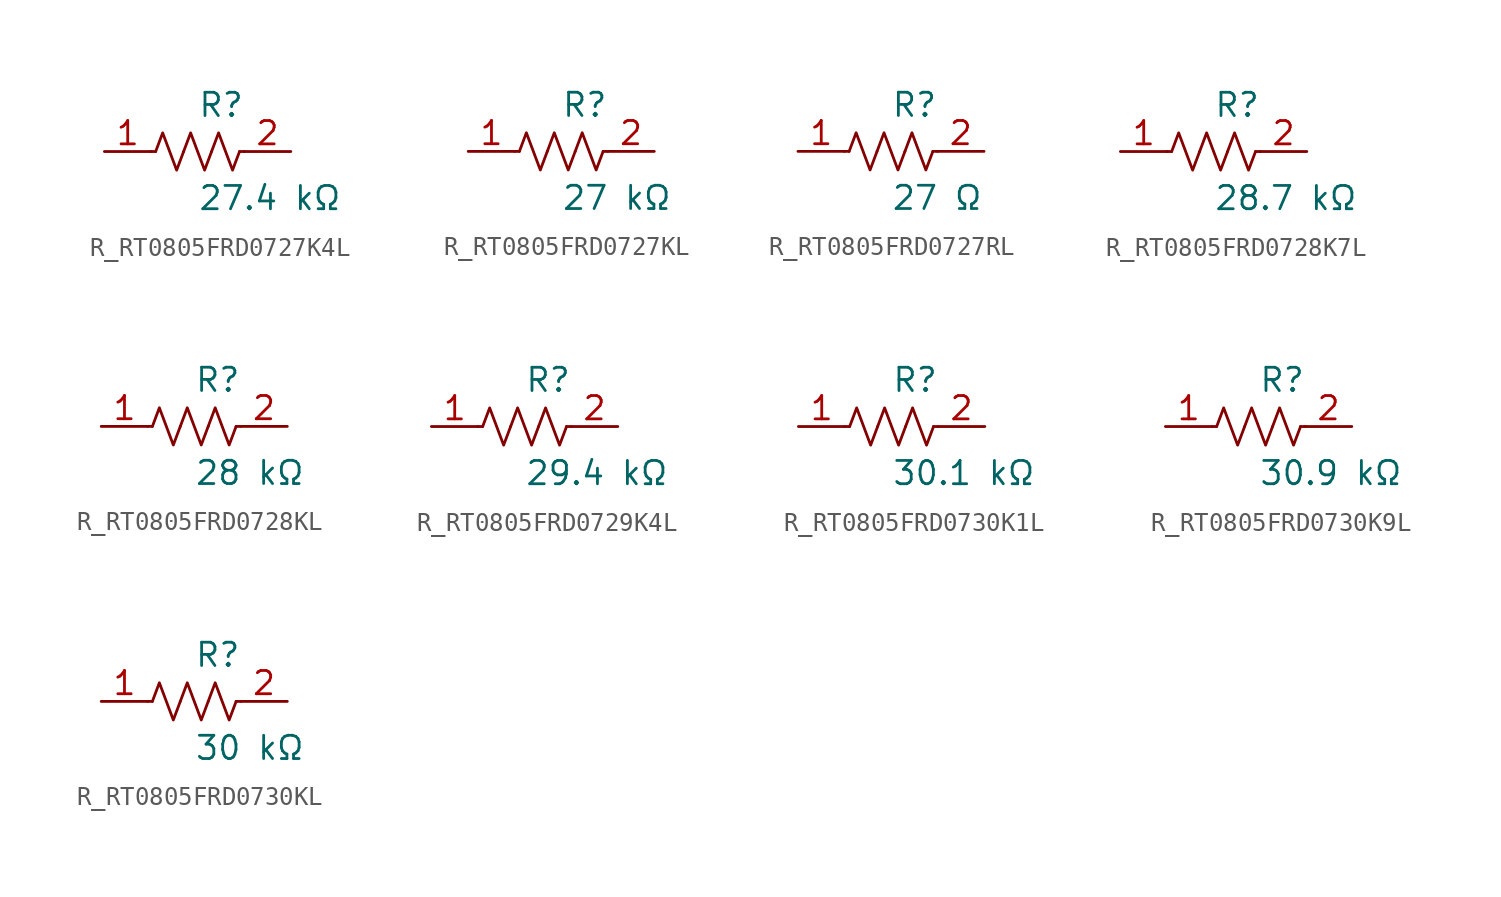
<source format=kicad_sym>
(kicad_symbol_lib
  (version 20231120)
  (generator kicad_symbol_editor)
  (generator_version 8.0)
  (symbol "R_RT0805FRD0727K4L"
    (pin_names
      (offset 0.254))
    (property "Reference" "R"
      (at 0 2.54 0)
      (effects (font (size 1.27 1.27)) (justify left)))
    (property "Value" "27.4 kΩ"
      (at 0 -2.54 0)
      (effects (font (size 1.27 1.27)) (justify left)))
    (symbol "R_RT0805FRD0727K4L_0_1"
      (polyline (pts (xy 2.286 0) (xy 2.54 0)) (stroke (width 0) (type default)) (fill (type none)))
      (polyline (pts (xy -2.286 0) (xy -2.54 0)) (stroke (width 0) (type default)) (fill (type none)))
      (polyline (pts (xy 0.762 0) (xy 1.143 1.016) (xy 1.524 0) (xy 1.905 -1.016) (xy 2.286 0)) (stroke (width 0) (type default)) (fill (type none)))
      (polyline (pts (xy -0.762 0) (xy -0.381 1.016) (xy 0 0) (xy 0.381 -1.016) (xy 0.762 0)) (stroke (width 0) (type default)) (fill (type none)))
      (polyline (pts (xy -2.286 0) (xy -1.905 1.016) (xy -1.524 0) (xy -1.143 -1.016) (xy -0.762 0)) (stroke (width 0) (type default)) (fill (type none))))
    (pin unspecified line
      (at -5.08 0 0)
      (length 2.54)
      (name "" (effects (font (size 1.27 1.27))))
      (number "1" (effects (font (size 1.27 1.27)))))
    (pin unspecified line
      (at 5.08 0 180)
      (length 2.54)
      (name "" (effects (font (size 1.27 1.27))))
      (number "2" (effects (font (size 1.27 1.27))))))
  (symbol "R_RT0805FRD0727KL"
    (pin_names
      (offset 0.254))
    (property "Reference" "R"
      (at 0 2.54 0)
      (effects (font (size 1.27 1.27)) (justify left)))
    (property "Value" "27 kΩ"
      (at 0 -2.54 0)
      (effects (font (size 1.27 1.27)) (justify left)))
    (symbol "R_RT0805FRD0727KL_0_1"
      (polyline (pts (xy 2.286 0) (xy 2.54 0)) (stroke (width 0) (type default)) (fill (type none)))
      (polyline (pts (xy -2.286 0) (xy -2.54 0)) (stroke (width 0) (type default)) (fill (type none)))
      (polyline (pts (xy 0.762 0) (xy 1.143 1.016) (xy 1.524 0) (xy 1.905 -1.016) (xy 2.286 0)) (stroke (width 0) (type default)) (fill (type none)))
      (polyline (pts (xy -0.762 0) (xy -0.381 1.016) (xy 0 0) (xy 0.381 -1.016) (xy 0.762 0)) (stroke (width 0) (type default)) (fill (type none)))
      (polyline (pts (xy -2.286 0) (xy -1.905 1.016) (xy -1.524 0) (xy -1.143 -1.016) (xy -0.762 0)) (stroke (width 0) (type default)) (fill (type none))))
    (pin unspecified line
      (at -5.08 0 0)
      (length 2.54)
      (name "" (effects (font (size 1.27 1.27))))
      (number "1" (effects (font (size 1.27 1.27)))))
    (pin unspecified line
      (at 5.08 0 180)
      (length 2.54)
      (name "" (effects (font (size 1.27 1.27))))
      (number "2" (effects (font (size 1.27 1.27))))))
  (symbol "R_RT0805FRD0727RL"
    (pin_names
      (offset 0.254))
    (property "Reference" "R"
      (at 0 2.54 0)
      (effects (font (size 1.27 1.27)) (justify left)))
    (property "Value" "27 Ω"
      (at 0 -2.54 0)
      (effects (font (size 1.27 1.27)) (justify left)))
    (symbol "R_RT0805FRD0727RL_0_1"
      (polyline (pts (xy 2.286 0) (xy 2.54 0)) (stroke (width 0) (type default)) (fill (type none)))
      (polyline (pts (xy -2.286 0) (xy -2.54 0)) (stroke (width 0) (type default)) (fill (type none)))
      (polyline (pts (xy 0.762 0) (xy 1.143 1.016) (xy 1.524 0) (xy 1.905 -1.016) (xy 2.286 0)) (stroke (width 0) (type default)) (fill (type none)))
      (polyline (pts (xy -0.762 0) (xy -0.381 1.016) (xy 0 0) (xy 0.381 -1.016) (xy 0.762 0)) (stroke (width 0) (type default)) (fill (type none)))
      (polyline (pts (xy -2.286 0) (xy -1.905 1.016) (xy -1.524 0) (xy -1.143 -1.016) (xy -0.762 0)) (stroke (width 0) (type default)) (fill (type none))))
    (pin unspecified line
      (at -5.08 0 0)
      (length 2.54)
      (name "" (effects (font (size 1.27 1.27))))
      (number "1" (effects (font (size 1.27 1.27)))))
    (pin unspecified line
      (at 5.08 0 180)
      (length 2.54)
      (name "" (effects (font (size 1.27 1.27))))
      (number "2" (effects (font (size 1.27 1.27))))))
  (symbol "R_RT0805FRD0728K7L"
    (pin_names
      (offset 0.254))
    (property "Reference" "R"
      (at 0 2.54 0)
      (effects (font (size 1.27 1.27)) (justify left)))
    (property "Value" "28.7 kΩ"
      (at 0 -2.54 0)
      (effects (font (size 1.27 1.27)) (justify left)))
    (symbol "R_RT0805FRD0728K7L_0_1"
      (polyline (pts (xy 2.286 0) (xy 2.54 0)) (stroke (width 0) (type default)) (fill (type none)))
      (polyline (pts (xy -2.286 0) (xy -2.54 0)) (stroke (width 0) (type default)) (fill (type none)))
      (polyline (pts (xy 0.762 0) (xy 1.143 1.016) (xy 1.524 0) (xy 1.905 -1.016) (xy 2.286 0)) (stroke (width 0) (type default)) (fill (type none)))
      (polyline (pts (xy -0.762 0) (xy -0.381 1.016) (xy 0 0) (xy 0.381 -1.016) (xy 0.762 0)) (stroke (width 0) (type default)) (fill (type none)))
      (polyline (pts (xy -2.286 0) (xy -1.905 1.016) (xy -1.524 0) (xy -1.143 -1.016) (xy -0.762 0)) (stroke (width 0) (type default)) (fill (type none))))
    (pin unspecified line
      (at -5.08 0 0)
      (length 2.54)
      (name "" (effects (font (size 1.27 1.27))))
      (number "1" (effects (font (size 1.27 1.27)))))
    (pin unspecified line
      (at 5.08 0 180)
      (length 2.54)
      (name "" (effects (font (size 1.27 1.27))))
      (number "2" (effects (font (size 1.27 1.27))))))
  (symbol "R_RT0805FRD0728KL"
    (pin_names
      (offset 0.254))
    (property "Reference" "R"
      (at 0 2.54 0)
      (effects (font (size 1.27 1.27)) (justify left)))
    (property "Value" "28 kΩ"
      (at 0 -2.54 0)
      (effects (font (size 1.27 1.27)) (justify left)))
    (symbol "R_RT0805FRD0728KL_0_1"
      (polyline (pts (xy 2.286 0) (xy 2.54 0)) (stroke (width 0) (type default)) (fill (type none)))
      (polyline (pts (xy -2.286 0) (xy -2.54 0)) (stroke (width 0) (type default)) (fill (type none)))
      (polyline (pts (xy 0.762 0) (xy 1.143 1.016) (xy 1.524 0) (xy 1.905 -1.016) (xy 2.286 0)) (stroke (width 0) (type default)) (fill (type none)))
      (polyline (pts (xy -0.762 0) (xy -0.381 1.016) (xy 0 0) (xy 0.381 -1.016) (xy 0.762 0)) (stroke (width 0) (type default)) (fill (type none)))
      (polyline (pts (xy -2.286 0) (xy -1.905 1.016) (xy -1.524 0) (xy -1.143 -1.016) (xy -0.762 0)) (stroke (width 0) (type default)) (fill (type none))))
    (pin unspecified line
      (at -5.08 0 0)
      (length 2.54)
      (name "" (effects (font (size 1.27 1.27))))
      (number "1" (effects (font (size 1.27 1.27)))))
    (pin unspecified line
      (at 5.08 0 180)
      (length 2.54)
      (name "" (effects (font (size 1.27 1.27))))
      (number "2" (effects (font (size 1.27 1.27))))))
  (symbol "R_RT0805FRD0729K4L"
    (pin_names
      (offset 0.254))
    (property "Reference" "R"
      (at 0 2.54 0)
      (effects (font (size 1.27 1.27)) (justify left)))
    (property "Value" "29.4 kΩ"
      (at 0 -2.54 0)
      (effects (font (size 1.27 1.27)) (justify left)))
    (symbol "R_RT0805FRD0729K4L_0_1"
      (polyline (pts (xy 2.286 0) (xy 2.54 0)) (stroke (width 0) (type default)) (fill (type none)))
      (polyline (pts (xy -2.286 0) (xy -2.54 0)) (stroke (width 0) (type default)) (fill (type none)))
      (polyline (pts (xy 0.762 0) (xy 1.143 1.016) (xy 1.524 0) (xy 1.905 -1.016) (xy 2.286 0)) (stroke (width 0) (type default)) (fill (type none)))
      (polyline (pts (xy -0.762 0) (xy -0.381 1.016) (xy 0 0) (xy 0.381 -1.016) (xy 0.762 0)) (stroke (width 0) (type default)) (fill (type none)))
      (polyline (pts (xy -2.286 0) (xy -1.905 1.016) (xy -1.524 0) (xy -1.143 -1.016) (xy -0.762 0)) (stroke (width 0) (type default)) (fill (type none))))
    (pin unspecified line
      (at -5.08 0 0)
      (length 2.54)
      (name "" (effects (font (size 1.27 1.27))))
      (number "1" (effects (font (size 1.27 1.27)))))
    (pin unspecified line
      (at 5.08 0 180)
      (length 2.54)
      (name "" (effects (font (size 1.27 1.27))))
      (number "2" (effects (font (size 1.27 1.27))))))
  (symbol "R_RT0805FRD0730K1L"
    (pin_names
      (offset 0.254))
    (property "Reference" "R"
      (at 0 2.54 0)
      (effects (font (size 1.27 1.27)) (justify left)))
    (property "Value" "30.1 kΩ"
      (at 0 -2.54 0)
      (effects (font (size 1.27 1.27)) (justify left)))
    (symbol "R_RT0805FRD0730K1L_0_1"
      (polyline (pts (xy 2.286 0) (xy 2.54 0)) (stroke (width 0) (type default)) (fill (type none)))
      (polyline (pts (xy -2.286 0) (xy -2.54 0)) (stroke (width 0) (type default)) (fill (type none)))
      (polyline (pts (xy 0.762 0) (xy 1.143 1.016) (xy 1.524 0) (xy 1.905 -1.016) (xy 2.286 0)) (stroke (width 0) (type default)) (fill (type none)))
      (polyline (pts (xy -0.762 0) (xy -0.381 1.016) (xy 0 0) (xy 0.381 -1.016) (xy 0.762 0)) (stroke (width 0) (type default)) (fill (type none)))
      (polyline (pts (xy -2.286 0) (xy -1.905 1.016) (xy -1.524 0) (xy -1.143 -1.016) (xy -0.762 0)) (stroke (width 0) (type default)) (fill (type none))))
    (pin unspecified line
      (at -5.08 0 0)
      (length 2.54)
      (name "" (effects (font (size 1.27 1.27))))
      (number "1" (effects (font (size 1.27 1.27)))))
    (pin unspecified line
      (at 5.08 0 180)
      (length 2.54)
      (name "" (effects (font (size 1.27 1.27))))
      (number "2" (effects (font (size 1.27 1.27))))))
  (symbol "R_RT0805FRD0730K9L"
    (pin_names
      (offset 0.254))
    (property "Reference" "R"
      (at 0 2.54 0)
      (effects (font (size 1.27 1.27)) (justify left)))
    (property "Value" "30.9 kΩ"
      (at 0 -2.54 0)
      (effects (font (size 1.27 1.27)) (justify left)))
    (symbol "R_RT0805FRD0730K9L_0_1"
      (polyline (pts (xy 2.286 0) (xy 2.54 0)) (stroke (width 0) (type default)) (fill (type none)))
      (polyline (pts (xy -2.286 0) (xy -2.54 0)) (stroke (width 0) (type default)) (fill (type none)))
      (polyline (pts (xy 0.762 0) (xy 1.143 1.016) (xy 1.524 0) (xy 1.905 -1.016) (xy 2.286 0)) (stroke (width 0) (type default)) (fill (type none)))
      (polyline (pts (xy -0.762 0) (xy -0.381 1.016) (xy 0 0) (xy 0.381 -1.016) (xy 0.762 0)) (stroke (width 0) (type default)) (fill (type none)))
      (polyline (pts (xy -2.286 0) (xy -1.905 1.016) (xy -1.524 0) (xy -1.143 -1.016) (xy -0.762 0)) (stroke (width 0) (type default)) (fill (type none))))
    (pin unspecified line
      (at -5.08 0 0)
      (length 2.54)
      (name "" (effects (font (size 1.27 1.27))))
      (number "1" (effects (font (size 1.27 1.27)))))
    (pin unspecified line
      (at 5.08 0 180)
      (length 2.54)
      (name "" (effects (font (size 1.27 1.27))))
      (number "2" (effects (font (size 1.27 1.27))))))
  (symbol "R_RT0805FRD0730KL"
    (pin_names
      (offset 0.254))
    (property "Reference" "R"
      (at 0 2.54 0)
      (effects (font (size 1.27 1.27)) (justify left)))
    (property "Value" "30 kΩ"
      (at 0 -2.54 0)
      (effects (font (size 1.27 1.27)) (justify left)))
    (symbol "R_RT0805FRD0730KL_0_1"
      (polyline (pts (xy 2.286 0) (xy 2.54 0)) (stroke (width 0) (type default)) (fill (type none)))
      (polyline (pts (xy -2.286 0) (xy -2.54 0)) (stroke (width 0) (type default)) (fill (type none)))
      (polyline (pts (xy 0.762 0) (xy 1.143 1.016) (xy 1.524 0) (xy 1.905 -1.016) (xy 2.286 0)) (stroke (width 0) (type default)) (fill (type none)))
      (polyline (pts (xy -0.762 0) (xy -0.381 1.016) (xy 0 0) (xy 0.381 -1.016) (xy 0.762 0)) (stroke (width 0) (type default)) (fill (type none)))
      (polyline (pts (xy -2.286 0) (xy -1.905 1.016) (xy -1.524 0) (xy -1.143 -1.016) (xy -0.762 0)) (stroke (width 0) (type default)) (fill (type none))))
    (pin unspecified line
      (at -5.08 0 0)
      (length 2.54)
      (name "" (effects (font (size 1.27 1.27))))
      (number "1" (effects (font (size 1.27 1.27)))))
    (pin unspecified line
      (at 5.08 0 180)
      (length 2.54)
      (name "" (effects (font (size 1.27 1.27))))
      (number "2" (effects (font (size 1.27 1.27)))))))
</source>
